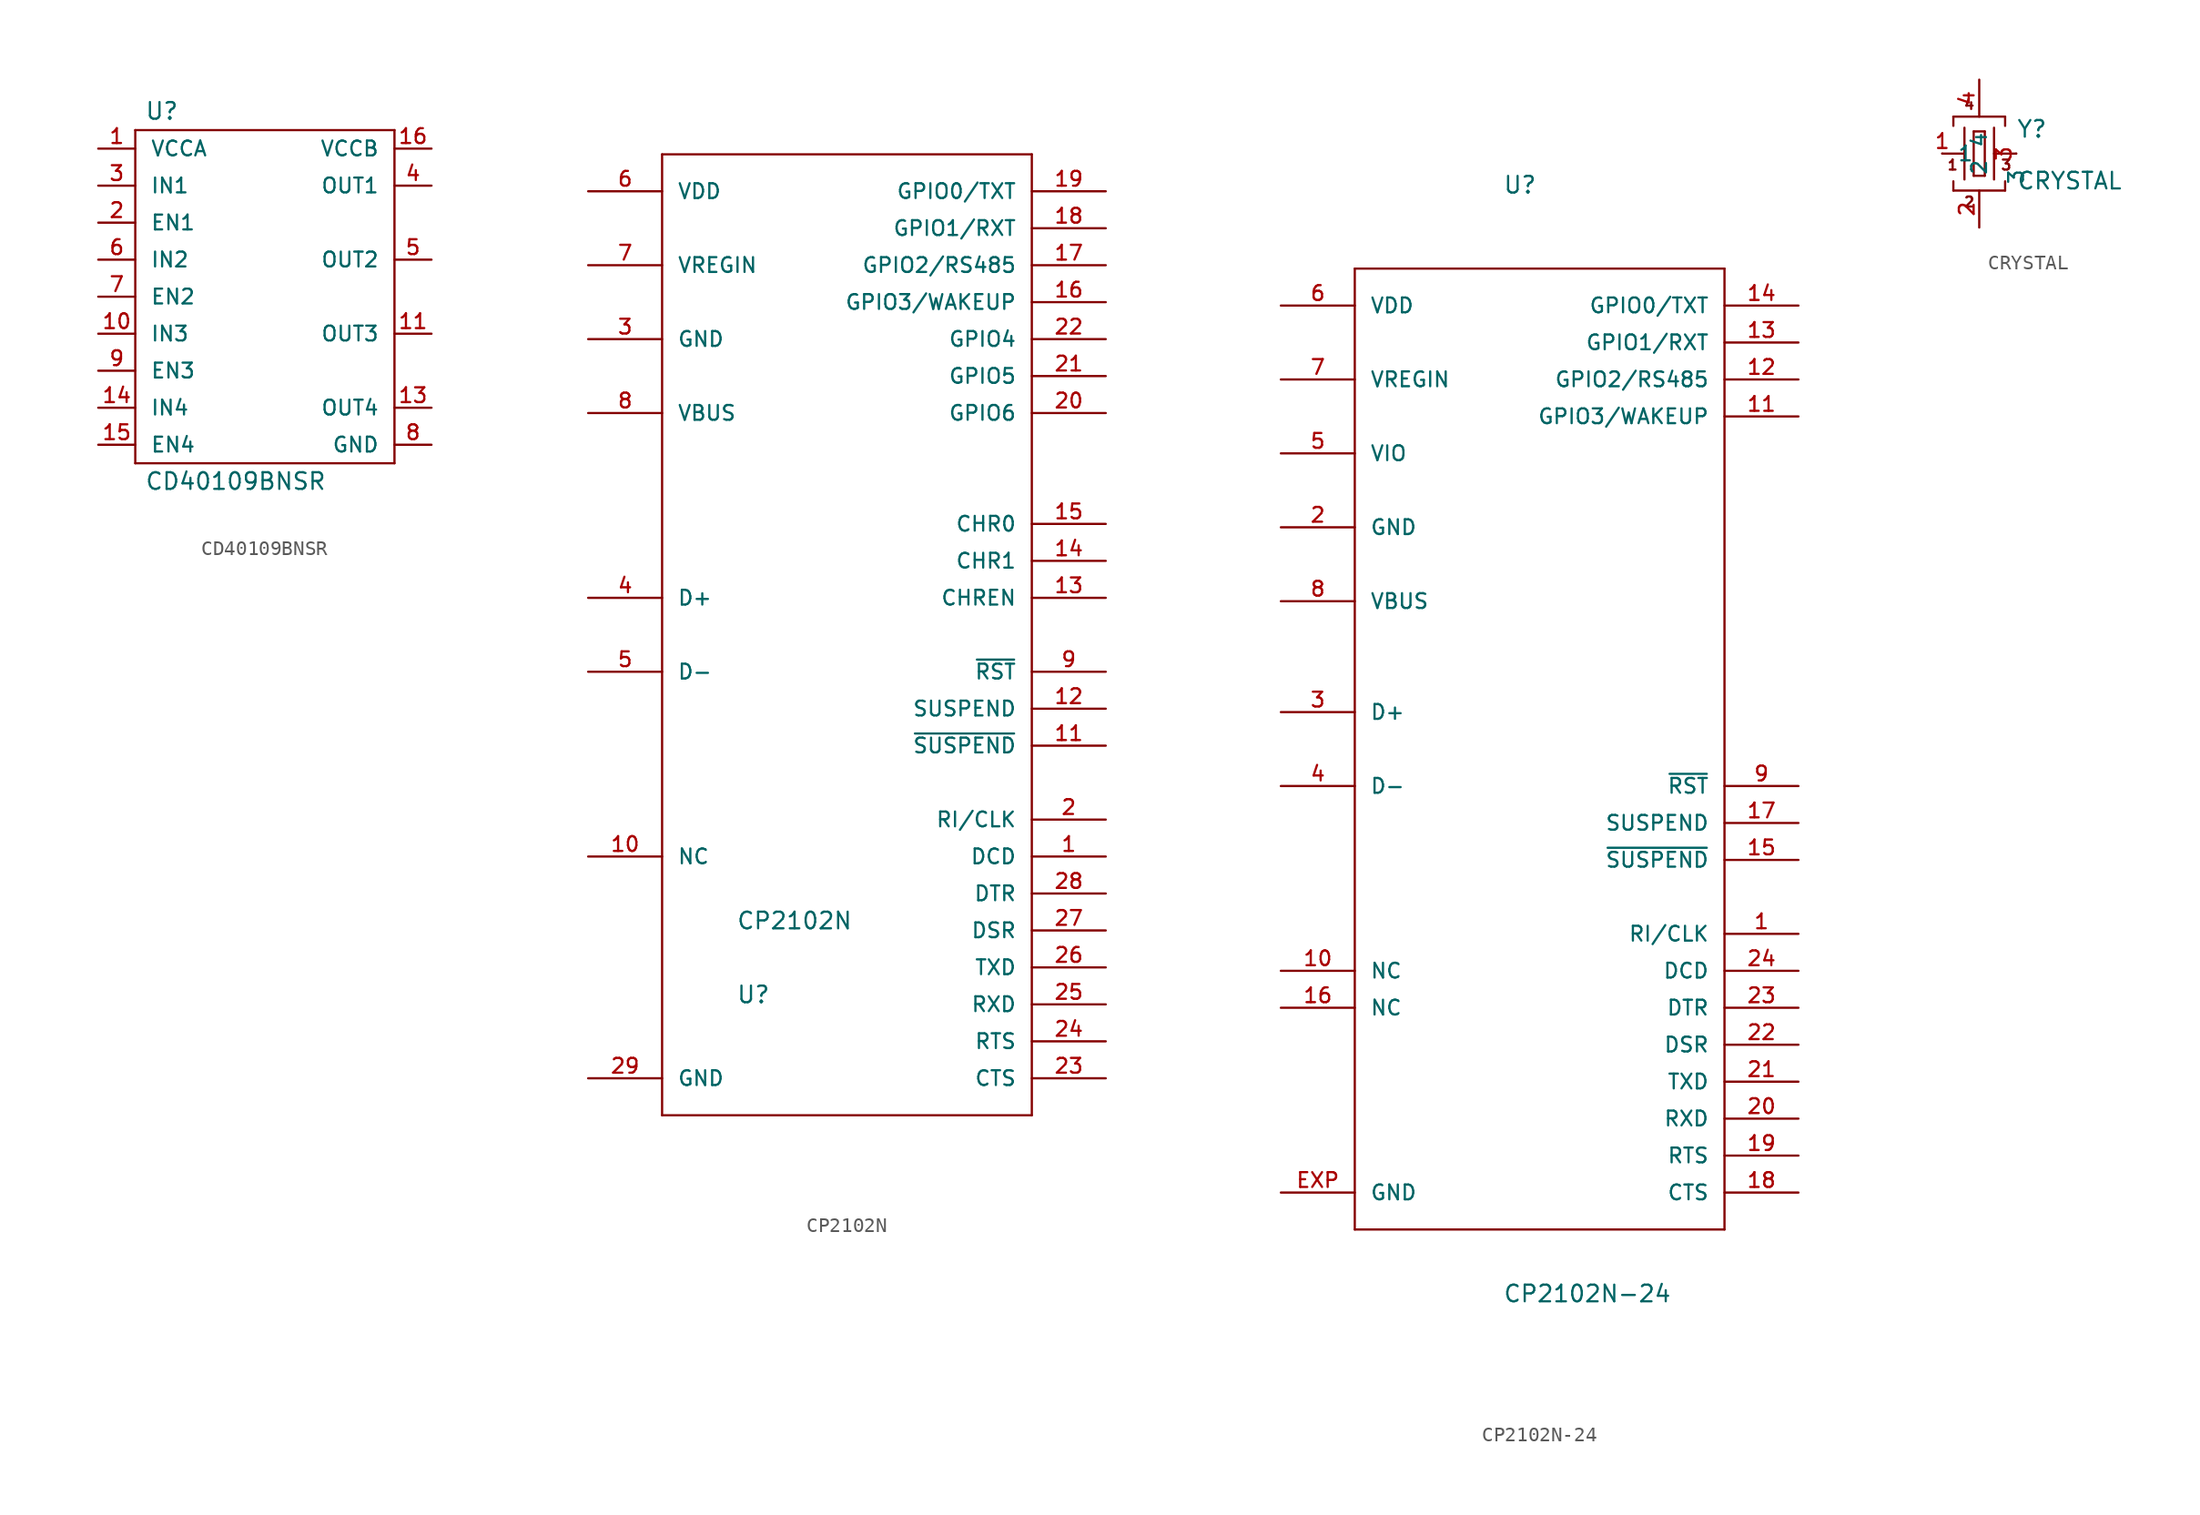
<source format=kicad_sym>
(kicad_symbol_lib
  (version 20211014)
  (generator kicad_symbol_editor)
  (symbol "CD40109BNSR"
    (pin_names
      (offset 1.016))
    (property "Reference" "U"
      (at -8.255 12.065 0)
      (effects (font (size 1.143 1.143)) (justify left bottom)))
    (property "Value" "CD40109BNSR"
      (at -8.255 -13.335 0)
      (effects (font (size 1.143 1.143)) (justify left bottom)))
    (property "ki_locked" ""
      (at 0 0 0)
      (effects (font (size 1.27 1.27))))
    (symbol "CD40109BNSR_1_0"
      (polyline (pts (xy -8.89 -11.43) (xy -8.89 11.43)) (stroke (width 0) (type default) (color 0 0 0 0)) (fill (type none)))
      (polyline (pts (xy -8.89 11.43) (xy 8.89 11.43)) (stroke (width 0) (type default) (color 0 0 0 0)) (fill (type none)))
      (polyline (pts (xy 8.89 -11.43) (xy -8.89 -11.43)) (stroke (width 0) (type default) (color 0 0 0 0)) (fill (type none)))
      (polyline (pts (xy 8.89 11.43) (xy 8.89 -11.43)) (stroke (width 0) (type default) (color 0 0 0 0)) (fill (type none))))
    (symbol "CD40109BNSR_1_1"
      (pin bidirectional line (at -11.43 10.16 0) (length 2.54) (name "VCCA" (effects (font (size 1.016 1.016)))) (number "1" (effects (font (size 1.016 1.016)))))
      (pin bidirectional line (at -11.43 -2.54 0) (length 2.54) (name "IN3" (effects (font (size 1.016 1.016)))) (number "10" (effects (font (size 1.016 1.016)))))
      (pin bidirectional line (at 11.43 -2.54 180) (length 2.54) (name "OUT3" (effects (font (size 1.016 1.016)))) (number "11" (effects (font (size 1.016 1.016)))))
      (pin bidirectional line (at 11.43 -7.62 180) (length 2.54) (name "OUT4" (effects (font (size 1.016 1.016)))) (number "13" (effects (font (size 1.016 1.016)))))
      (pin bidirectional line (at -11.43 -7.62 0) (length 2.54) (name "IN4" (effects (font (size 1.016 1.016)))) (number "14" (effects (font (size 1.016 1.016)))))
      (pin bidirectional line (at -11.43 -10.16 0) (length 2.54) (name "EN4" (effects (font (size 1.016 1.016)))) (number "15" (effects (font (size 1.016 1.016)))))
      (pin bidirectional line (at 11.43 10.16 180) (length 2.54) (name "VCCB" (effects (font (size 1.016 1.016)))) (number "16" (effects (font (size 1.016 1.016)))))
      (pin bidirectional line (at -11.43 5.08 0) (length 2.54) (name "EN1" (effects (font (size 1.016 1.016)))) (number "2" (effects (font (size 1.016 1.016)))))
      (pin bidirectional line (at -11.43 7.62 0) (length 2.54) (name "IN1" (effects (font (size 1.016 1.016)))) (number "3" (effects (font (size 1.016 1.016)))))
      (pin bidirectional line (at 11.43 7.62 180) (length 2.54) (name "OUT1" (effects (font (size 1.016 1.016)))) (number "4" (effects (font (size 1.016 1.016)))))
      (pin bidirectional line (at 11.43 2.54 180) (length 2.54) (name "OUT2" (effects (font (size 1.016 1.016)))) (number "5" (effects (font (size 1.016 1.016)))))
      (pin bidirectional line (at -11.43 2.54 0) (length 2.54) (name "IN2" (effects (font (size 1.016 1.016)))) (number "6" (effects (font (size 1.016 1.016)))))
      (pin bidirectional line (at -11.43 0 0) (length 2.54) (name "EN2" (effects (font (size 1.016 1.016)))) (number "7" (effects (font (size 1.016 1.016)))))
      (pin bidirectional line (at 11.43 -10.16 180) (length 2.54) (name "GND" (effects (font (size 1.016 1.016)))) (number "8" (effects (font (size 1.016 1.016)))))
      (pin bidirectional line (at -11.43 -5.08 0) (length 2.54) (name "EN3" (effects (font (size 1.016 1.016)))) (number "9" (effects (font (size 1.016 1.016)))))))
  (symbol "CP2102N"
    (pin_names
      (offset 1.016))
    (property "Reference" "U"
      (at -7.62 -25.4 0)
      (effects (font (size 1.143 1.143)) (justify left bottom)))
    (property "Value" "CP2102N"
      (at -7.62 -20.32 0)
      (effects (font (size 1.143 1.143)) (justify left bottom)))
    (property "ki_locked" ""
      (at 0 0 0)
      (effects (font (size 1.27 1.27))))
    (symbol "CP2102N_1_0"
      (polyline (pts (xy -12.7 -33.02) (xy -12.7 33.02)) (stroke (width 0) (type default) (color 0 0 0 0)) (fill (type none)))
      (polyline (pts (xy -12.7 33.02) (xy 12.7 33.02)) (stroke (width 0) (type default) (color 0 0 0 0)) (fill (type none)))
      (polyline (pts (xy 12.7 -33.02) (xy -12.7 -33.02)) (stroke (width 0) (type default) (color 0 0 0 0)) (fill (type none)))
      (polyline (pts (xy 12.7 33.02) (xy 12.7 -33.02)) (stroke (width 0) (type default) (color 0 0 0 0)) (fill (type none))))
    (symbol "CP2102N_1_1"
      (pin input line (at 17.78 -15.24 180) (length 5.08) (name "DCD" (effects (font (size 1.016 1.016)))) (number "1" (effects (font (size 1.016 1.016)))))
      (pin unspecified line (at -17.78 -15.24 0) (length 5.08) (name "NC" (effects (font (size 1.016 1.016)))) (number "10" (effects (font (size 1.016 1.016)))))
      (pin output line (at 17.78 -7.62 180) (length 5.08) (name "~{SUSPEND}" (effects (font (size 1.016 1.016)))) (number "11" (effects (font (size 1.016 1.016)))))
      (pin output line (at 17.78 -5.08 180) (length 5.08) (name "SUSPEND" (effects (font (size 1.016 1.016)))) (number "12" (effects (font (size 1.016 1.016)))))
      (pin output line (at 17.78 2.54 180) (length 5.08) (name "CHREN" (effects (font (size 1.016 1.016)))) (number "13" (effects (font (size 1.016 1.016)))))
      (pin output line (at 17.78 5.08 180) (length 5.08) (name "CHR1" (effects (font (size 1.016 1.016)))) (number "14" (effects (font (size 1.016 1.016)))))
      (pin output line (at 17.78 7.62 180) (length 5.08) (name "CHR0" (effects (font (size 1.016 1.016)))) (number "15" (effects (font (size 1.016 1.016)))))
      (pin bidirectional line (at 17.78 22.86 180) (length 5.08) (name "GPIO3/WAKEUP" (effects (font (size 1.016 1.016)))) (number "16" (effects (font (size 1.016 1.016)))))
      (pin bidirectional line (at 17.78 25.4 180) (length 5.08) (name "GPIO2/RS485" (effects (font (size 1.016 1.016)))) (number "17" (effects (font (size 1.016 1.016)))))
      (pin bidirectional line (at 17.78 27.94 180) (length 5.08) (name "GPIO1/RXT" (effects (font (size 1.016 1.016)))) (number "18" (effects (font (size 1.016 1.016)))))
      (pin bidirectional line (at 17.78 30.48 180) (length 5.08) (name "GPIO0/TXT" (effects (font (size 1.016 1.016)))) (number "19" (effects (font (size 1.016 1.016)))))
      (pin bidirectional line (at 17.78 -12.7 180) (length 5.08) (name "RI/CLK" (effects (font (size 1.016 1.016)))) (number "2" (effects (font (size 1.016 1.016)))))
      (pin bidirectional line (at 17.78 15.24 180) (length 5.08) (name "GPIO6" (effects (font (size 1.016 1.016)))) (number "20" (effects (font (size 1.016 1.016)))))
      (pin bidirectional line (at 17.78 17.78 180) (length 5.08) (name "GPIO5" (effects (font (size 1.016 1.016)))) (number "21" (effects (font (size 1.016 1.016)))))
      (pin bidirectional line (at 17.78 20.32 180) (length 5.08) (name "GPIO4" (effects (font (size 1.016 1.016)))) (number "22" (effects (font (size 1.016 1.016)))))
      (pin input line (at 17.78 -30.48 180) (length 5.08) (name "CTS" (effects (font (size 1.016 1.016)))) (number "23" (effects (font (size 1.016 1.016)))))
      (pin output line (at 17.78 -27.94 180) (length 5.08) (name "RTS" (effects (font (size 1.016 1.016)))) (number "24" (effects (font (size 1.016 1.016)))))
      (pin input line (at 17.78 -25.4 180) (length 5.08) (name "RXD" (effects (font (size 1.016 1.016)))) (number "25" (effects (font (size 1.016 1.016)))))
      (pin output line (at 17.78 -22.86 180) (length 5.08) (name "TXD" (effects (font (size 1.016 1.016)))) (number "26" (effects (font (size 1.016 1.016)))))
      (pin input line (at 17.78 -20.32 180) (length 5.08) (name "DSR" (effects (font (size 1.016 1.016)))) (number "27" (effects (font (size 1.016 1.016)))))
      (pin output line (at 17.78 -17.78 180) (length 5.08) (name "DTR" (effects (font (size 1.016 1.016)))) (number "28" (effects (font (size 1.016 1.016)))))
      (pin power_in line (at -17.78 -30.48 0) (length 5.08) (name "GND" (effects (font (size 1.016 1.016)))) (number "29" (effects (font (size 1.016 1.016)))))
      (pin power_in line (at -17.78 20.32 0) (length 5.08) (name "GND" (effects (font (size 1.016 1.016)))) (number "3" (effects (font (size 1.016 1.016)))))
      (pin input line (at -17.78 2.54 0) (length 5.08) (name "D+" (effects (font (size 1.016 1.016)))) (number "4" (effects (font (size 1.016 1.016)))))
      (pin input line (at -17.78 -2.54 0) (length 5.08) (name "D-" (effects (font (size 1.016 1.016)))) (number "5" (effects (font (size 1.016 1.016)))))
      (pin power_in line (at -17.78 30.48 0) (length 5.08) (name "VDD" (effects (font (size 1.016 1.016)))) (number "6" (effects (font (size 1.016 1.016)))))
      (pin power_in line (at -17.78 25.4 0) (length 5.08) (name "VREGIN" (effects (font (size 1.016 1.016)))) (number "7" (effects (font (size 1.016 1.016)))))
      (pin power_in line (at -17.78 15.24 0) (length 5.08) (name "VBUS" (effects (font (size 1.016 1.016)))) (number "8" (effects (font (size 1.016 1.016)))))
      (pin bidirectional line (at 17.78 -2.54 180) (length 5.08) (name "~{RST}" (effects (font (size 1.016 1.016)))) (number "9" (effects (font (size 1.016 1.016)))))))
  (symbol "CP2102N-24"
    (pin_names
      (offset 1.016))
    (property "Reference" "U"
      (at -2.54 38.1 0)
      (effects (font (size 1.143 1.143)) (justify left bottom)))
    (property "Value" "CP2102N-24"
      (at -2.54 -38.1 0)
      (effects (font (size 1.143 1.143)) (justify left bottom)))
    (property "ki_locked" ""
      (at 0 0 0)
      (effects (font (size 1.27 1.27))))
    (symbol "CP2102N-24_1_0"
      (polyline (pts (xy -12.7 -33.02) (xy -12.7 33.02)) (stroke (width 0) (type default) (color 0 0 0 0)) (fill (type none)))
      (polyline (pts (xy -12.7 33.02) (xy 12.7 33.02)) (stroke (width 0) (type default) (color 0 0 0 0)) (fill (type none)))
      (polyline (pts (xy 12.7 -33.02) (xy -12.7 -33.02)) (stroke (width 0) (type default) (color 0 0 0 0)) (fill (type none)))
      (polyline (pts (xy 12.7 33.02) (xy 12.7 -33.02)) (stroke (width 0) (type default) (color 0 0 0 0)) (fill (type none))))
    (symbol "CP2102N-24_1_1"
      (pin bidirectional line (at 17.78 -12.7 180) (length 5.08) (name "RI/CLK" (effects (font (size 1.016 1.016)))) (number "1" (effects (font (size 1.016 1.016)))))
      (pin unspecified line (at -17.78 -15.24 0) (length 5.08) (name "NC" (effects (font (size 1.016 1.016)))) (number "10" (effects (font (size 1.016 1.016)))))
      (pin bidirectional line (at 17.78 22.86 180) (length 5.08) (name "GPIO3/WAKEUP" (effects (font (size 1.016 1.016)))) (number "11" (effects (font (size 1.016 1.016)))))
      (pin bidirectional line (at 17.78 25.4 180) (length 5.08) (name "GPIO2/RS485" (effects (font (size 1.016 1.016)))) (number "12" (effects (font (size 1.016 1.016)))))
      (pin bidirectional line (at 17.78 27.94 180) (length 5.08) (name "GPIO1/RXT" (effects (font (size 1.016 1.016)))) (number "13" (effects (font (size 1.016 1.016)))))
      (pin bidirectional line (at 17.78 30.48 180) (length 5.08) (name "GPIO0/TXT" (effects (font (size 1.016 1.016)))) (number "14" (effects (font (size 1.016 1.016)))))
      (pin output line (at 17.78 -7.62 180) (length 5.08) (name "~{SUSPEND}" (effects (font (size 1.016 1.016)))) (number "15" (effects (font (size 1.016 1.016)))))
      (pin unspecified line (at -17.78 -17.78 0) (length 5.08) (name "NC" (effects (font (size 1.016 1.016)))) (number "16" (effects (font (size 1.016 1.016)))))
      (pin output line (at 17.78 -5.08 180) (length 5.08) (name "SUSPEND" (effects (font (size 1.016 1.016)))) (number "17" (effects (font (size 1.016 1.016)))))
      (pin input line (at 17.78 -30.48 180) (length 5.08) (name "CTS" (effects (font (size 1.016 1.016)))) (number "18" (effects (font (size 1.016 1.016)))))
      (pin output line (at 17.78 -27.94 180) (length 5.08) (name "RTS" (effects (font (size 1.016 1.016)))) (number "19" (effects (font (size 1.016 1.016)))))
      (pin power_in line (at -17.78 15.24 0) (length 5.08) (name "GND" (effects (font (size 1.016 1.016)))) (number "2" (effects (font (size 1.016 1.016)))))
      (pin input line (at 17.78 -25.4 180) (length 5.08) (name "RXD" (effects (font (size 1.016 1.016)))) (number "20" (effects (font (size 1.016 1.016)))))
      (pin output line (at 17.78 -22.86 180) (length 5.08) (name "TXD" (effects (font (size 1.016 1.016)))) (number "21" (effects (font (size 1.016 1.016)))))
      (pin input line (at 17.78 -20.32 180) (length 5.08) (name "DSR" (effects (font (size 1.016 1.016)))) (number "22" (effects (font (size 1.016 1.016)))))
      (pin output line (at 17.78 -17.78 180) (length 5.08) (name "DTR" (effects (font (size 1.016 1.016)))) (number "23" (effects (font (size 1.016 1.016)))))
      (pin input line (at 17.78 -15.24 180) (length 5.08) (name "DCD" (effects (font (size 1.016 1.016)))) (number "24" (effects (font (size 1.016 1.016)))))
      (pin input line (at -17.78 2.54 0) (length 5.08) (name "D+" (effects (font (size 1.016 1.016)))) (number "3" (effects (font (size 1.016 1.016)))))
      (pin input line (at -17.78 -2.54 0) (length 5.08) (name "D-" (effects (font (size 1.016 1.016)))) (number "4" (effects (font (size 1.016 1.016)))))
      (pin power_in line (at -17.78 20.32 0) (length 5.08) (name "VIO" (effects (font (size 1.016 1.016)))) (number "5" (effects (font (size 1.016 1.016)))))
      (pin power_in line (at -17.78 30.48 0) (length 5.08) (name "VDD" (effects (font (size 1.016 1.016)))) (number "6" (effects (font (size 1.016 1.016)))))
      (pin power_in line (at -17.78 25.4 0) (length 5.08) (name "VREGIN" (effects (font (size 1.016 1.016)))) (number "7" (effects (font (size 1.016 1.016)))))
      (pin power_in line (at -17.78 10.16 0) (length 5.08) (name "VBUS" (effects (font (size 1.016 1.016)))) (number "8" (effects (font (size 1.016 1.016)))))
      (pin bidirectional line (at 17.78 -2.54 180) (length 5.08) (name "~{RST}" (effects (font (size 1.016 1.016)))) (number "9" (effects (font (size 1.016 1.016)))))
      (pin power_in line (at -17.78 -30.48 0) (length 5.08) (name "GND" (effects (font (size 1.016 1.016)))) (number "EXP" (effects (font (size 1.016 1.016)))))))
  (symbol "CRYSTAL"
    (pin_names
      (offset 1.016))
    (property "Reference" "Y"
      (at 2.54 1.016 0)
      (effects (font (size 1.143 1.143)) (justify left bottom)))
    (property "Value" "CRYSTAL"
      (at 2.54 -2.54 0)
      (effects (font (size 1.143 1.143)) (justify left bottom)))
    (property "ki_locked" ""
      (at 0 0 0)
      (effects (font (size 1.27 1.27))))
    (symbol "CRYSTAL_1_0"
      (polyline (pts (xy -2.54 0) (xy -1.016 0)) (stroke (width 0) (type default) (color 0 0 0 0)) (fill (type none)))
      (polyline (pts (xy -1.778 -2.54) (xy -1.778 -1.905)) (stroke (width 0) (type default) (color 0 0 0 0)) (fill (type none)))
      (polyline (pts (xy -1.778 -2.54) (xy 1.778 -2.54)) (stroke (width 0) (type default) (color 0 0 0 0)) (fill (type none)))
      (polyline (pts (xy -1.778 1.905) (xy -1.778 2.54)) (stroke (width 0) (type default) (color 0 0 0 0)) (fill (type none)))
      (polyline (pts (xy -1.778 2.54) (xy 1.778 2.54)) (stroke (width 0) (type default) (color 0 0 0 0)) (fill (type none)))
      (polyline (pts (xy -1.016 1.778) (xy -1.016 -1.778)) (stroke (width 0) (type default) (color 0 0 0 0)) (fill (type none)))
      (polyline (pts (xy -0.381 -1.524) (xy 0.381 -1.524)) (stroke (width 0) (type default) (color 0 0 0 0)) (fill (type none)))
      (polyline (pts (xy -0.381 1.524) (xy -0.381 -1.524)) (stroke (width 0) (type default) (color 0 0 0 0)) (fill (type none)))
      (polyline (pts (xy 0.381 -1.524) (xy 0.381 1.524)) (stroke (width 0) (type default) (color 0 0 0 0)) (fill (type none)))
      (polyline (pts (xy 0.381 1.524) (xy -0.381 1.524)) (stroke (width 0) (type default) (color 0 0 0 0)) (fill (type none)))
      (polyline (pts (xy 1.016 0) (xy 2.54 0)) (stroke (width 0) (type default) (color 0 0 0 0)) (fill (type none)))
      (polyline (pts (xy 1.016 1.778) (xy 1.016 -1.778)) (stroke (width 0) (type default) (color 0 0 0 0)) (fill (type none)))
      (polyline (pts (xy 1.778 -1.905) (xy 1.778 -2.54)) (stroke (width 0) (type default) (color 0 0 0 0)) (fill (type none)))
      (polyline (pts (xy 1.778 2.54) (xy 1.778 1.905)) (stroke (width 0) (type default) (color 0 0 0 0)) (fill (type none)))
      (text "1" (at -1.829 -0.787 0) (effects (font (size 0.686 0.686))))
      (text "2" (at -0.686 -3.327 0) (effects (font (size 0.686 0.686))))
      (text "3" (at 1.854 -0.787 0) (effects (font (size 0.686 0.686))))
      (text "4" (at -0.686 3.378 0) (effects (font (size 0.686 0.686)))))
    (symbol "CRYSTAL_1_1"
      (pin passive line (at -2.54 0 0) (length 0) (name "1" (effects (font (size 1.016 1.016)))) (number "1" (effects (font (size 1.016 1.016)))))
      (pin passive line (at 0 -5.08 90) (length 2.54) (name "2" (effects (font (size 1.016 1.016)))) (number "2" (effects (font (size 1.016 1.016)))))
      (pin passive line (at 2.54 0 270) (length 0) (name "3" (effects (font (size 1.016 1.016)))) (number "3" (effects (font (size 1.016 1.016)))))
      (pin passive line (at 0 5.08 270) (length 2.54) (name "4" (effects (font (size 1.016 1.016)))) (number "4" (effects (font (size 1.016 1.016))))))))
</source>
